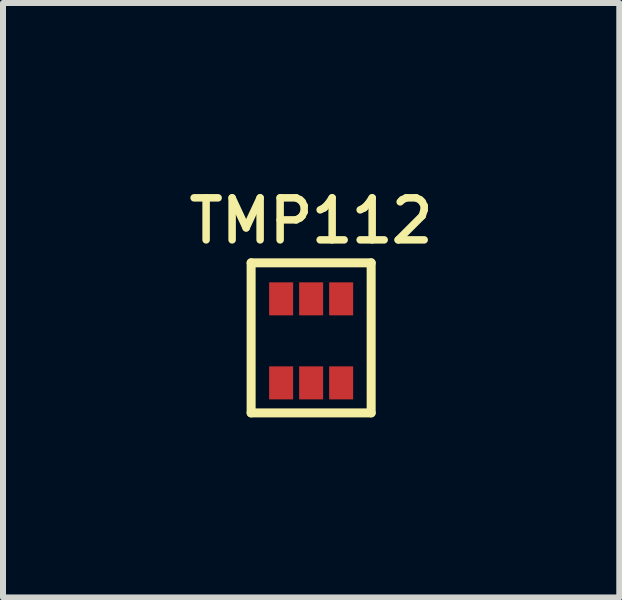
<source format=kicad_pcb>
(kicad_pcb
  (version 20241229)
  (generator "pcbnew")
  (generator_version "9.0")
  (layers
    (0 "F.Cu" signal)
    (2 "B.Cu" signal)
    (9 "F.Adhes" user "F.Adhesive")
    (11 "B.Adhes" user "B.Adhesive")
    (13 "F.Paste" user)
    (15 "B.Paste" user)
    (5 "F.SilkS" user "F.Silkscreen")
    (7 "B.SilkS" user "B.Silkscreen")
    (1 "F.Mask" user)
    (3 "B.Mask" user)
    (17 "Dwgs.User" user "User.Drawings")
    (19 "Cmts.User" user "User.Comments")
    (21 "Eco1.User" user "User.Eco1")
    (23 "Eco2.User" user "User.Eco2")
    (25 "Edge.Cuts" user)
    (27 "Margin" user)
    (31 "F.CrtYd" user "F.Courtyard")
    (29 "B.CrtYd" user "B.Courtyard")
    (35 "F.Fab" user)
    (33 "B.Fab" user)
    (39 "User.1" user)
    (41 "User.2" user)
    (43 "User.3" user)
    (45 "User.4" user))
  (footprint "TMP112"
    (layer "F.Cu")
    (at 2.134 2.629)
    (property "Reference" "TMP112" (at 0 -2 0) (layer "F.SilkS") (effects (font (size 0.7 0.7) (thickness 0.125))))
    (attr through_hole)
    (fp_line (start -1 -1.3) (end 1 -1.3) (stroke (width 0.15) (type solid)) (layer "F.SilkS"))
    (fp_line (start -1 1.2) (end -1 -1.3) (stroke (width 0.15) (type solid)) (layer "F.SilkS"))
    (fp_line (start 1 -1.3) (end 1 1.2) (stroke (width 0.15) (type solid)) (layer "F.SilkS"))
    (fp_line (start 1 1.2) (end -1 1.2) (stroke (width 0.15) (type solid)) (layer "F.SilkS"))
    (pad "1" smd rect (at -0.5 0.7) (size 0.4 0.55) (layers "F.Cu" "F.Mask" "F.Paste"))
    (pad "2" smd rect (at 0 0.7) (size 0.4 0.55) (layers "F.Cu" "F.Mask" "F.Paste"))
    (pad "3" smd rect (at 0.5 0.7) (size 0.4 0.55) (layers "F.Cu" "F.Mask" "F.Paste"))
    (pad "4" smd rect (at 0.5 -0.7) (size 0.4 0.55) (layers "F.Cu" "F.Mask" "F.Paste"))
    (pad "5" smd rect (at 0 -0.7) (size 0.4 0.55) (layers "F.Cu" "F.Mask" "F.Paste"))
    (pad "6" smd rect (at -0.5 -0.7) (size 0.4 0.55) (layers "F.Cu" "F.Mask" "F.Paste")))
  (gr_rect
    (start -3 -3)
    (end 7.268 6.904)
    (stroke (width 0.1) (type default))
    (fill no)
    (layer "Edge.Cuts")))
</source>
